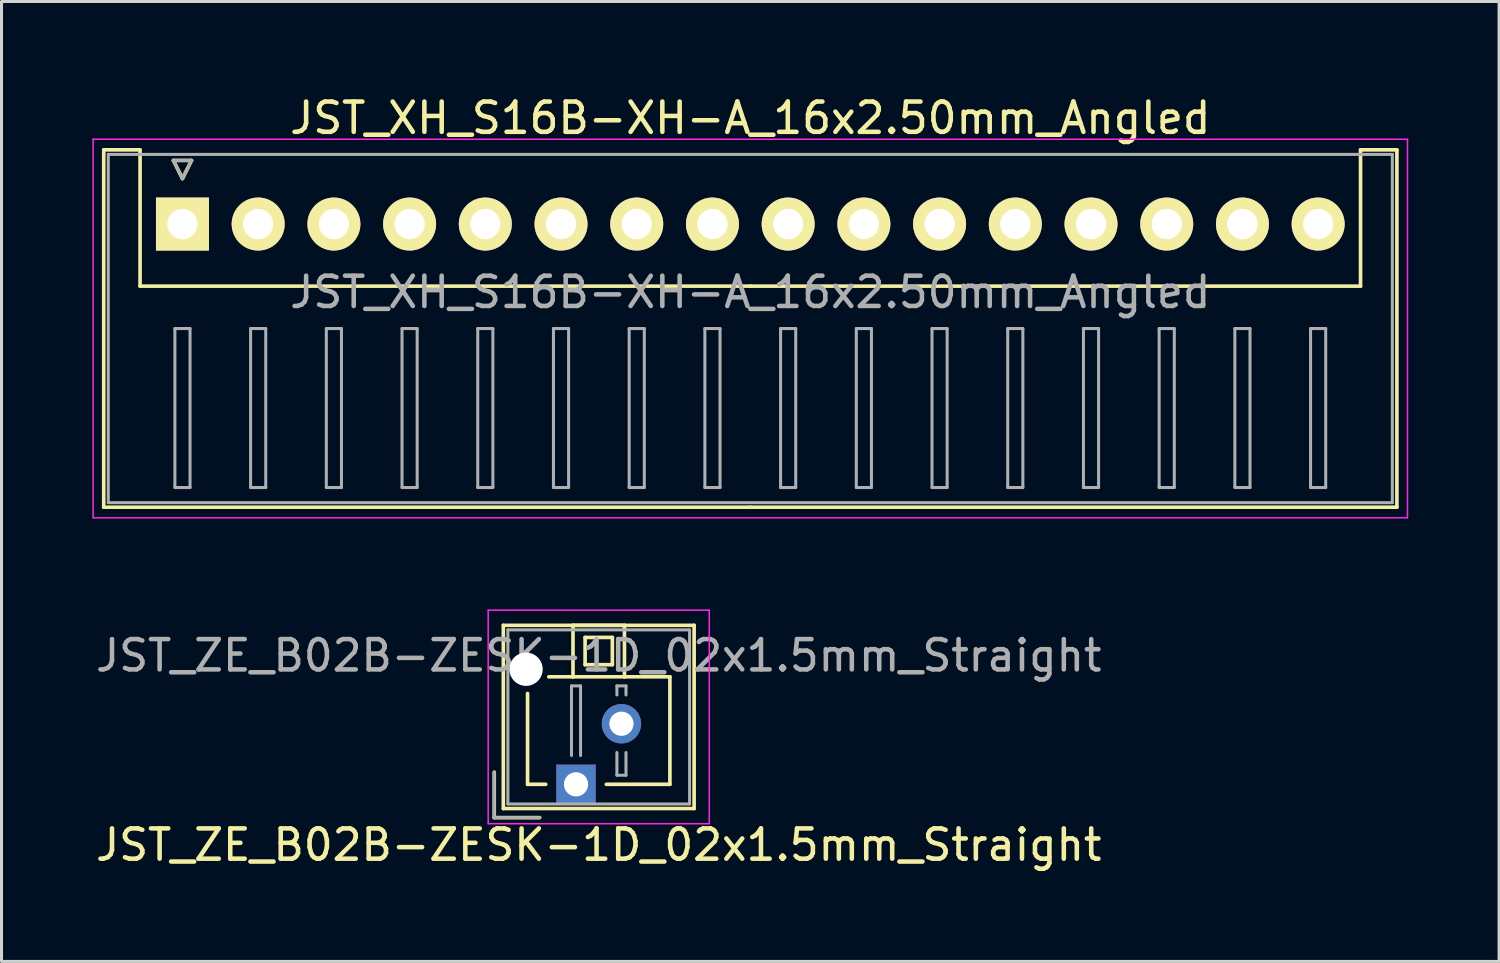
<source format=kicad_pcb>
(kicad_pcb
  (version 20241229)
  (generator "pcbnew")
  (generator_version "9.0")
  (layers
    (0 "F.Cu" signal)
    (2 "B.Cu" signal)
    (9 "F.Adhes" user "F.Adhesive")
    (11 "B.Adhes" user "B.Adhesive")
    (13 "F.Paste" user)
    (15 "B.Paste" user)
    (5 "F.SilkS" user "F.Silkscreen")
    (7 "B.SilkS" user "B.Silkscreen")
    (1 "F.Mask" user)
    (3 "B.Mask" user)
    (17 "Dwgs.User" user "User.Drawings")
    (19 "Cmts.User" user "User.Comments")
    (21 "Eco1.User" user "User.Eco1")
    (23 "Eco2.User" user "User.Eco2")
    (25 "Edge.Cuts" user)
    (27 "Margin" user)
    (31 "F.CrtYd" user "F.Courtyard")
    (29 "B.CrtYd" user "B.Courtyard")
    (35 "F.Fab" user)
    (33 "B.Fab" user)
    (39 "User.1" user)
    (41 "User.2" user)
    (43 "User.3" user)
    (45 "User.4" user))
  (footprint "JST_XH_S16B-XH-A_16x2.50mm_Angled"
    (layer "F.Cu")
    (at 2.975 4.348)
    (property "Reference" "JST_XH_S16B-XH-A_16x2.50mm_Angled" (at 18.75 -3.5 0) (layer "F.SilkS") (effects (font (size 1 1) (thickness 0.15))))
    (attr through_hole)
    (fp_line (start -2.6 -2.45) (end -1.4 -2.45) (stroke (width 0.12) (type solid)) (layer "F.SilkS"))
    (fp_line (start -2.6 9.35) (end -2.6 -2.45) (stroke (width 0.12) (type solid)) (layer "F.SilkS"))
    (fp_line (start -1.4 -2.45) (end -1.4 2.05) (stroke (width 0.12) (type solid)) (layer "F.SilkS"))
    (fp_line (start -1.4 2.05) (end 18.75 2.05) (stroke (width 0.12) (type solid)) (layer "F.SilkS"))
    (fp_line (start -0.3 -2.1) (end 0.3 -2.1) (stroke (width 0.12) (type solid)) (layer "F.SilkS"))
    (fp_line (start 0 -1.5) (end -0.3 -2.1) (stroke (width 0.12) (type solid)) (layer "F.SilkS"))
    (fp_line (start 0.3 -2.1) (end 0 -1.5) (stroke (width 0.12) (type solid)) (layer "F.SilkS"))
    (fp_line (start 18.75 9.35) (end -2.6 9.35) (stroke (width 0.12) (type solid)) (layer "F.SilkS"))
    (fp_line (start 18.75 9.35) (end 40.1 9.35) (stroke (width 0.12) (type solid)) (layer "F.SilkS"))
    (fp_line (start 38.9 -2.45) (end 38.9 2.05) (stroke (width 0.12) (type solid)) (layer "F.SilkS"))
    (fp_line (start 38.9 2.05) (end 18.75 2.05) (stroke (width 0.12) (type solid)) (layer "F.SilkS"))
    (fp_line (start 40.1 -2.45) (end 38.9 -2.45) (stroke (width 0.12) (type solid)) (layer "F.SilkS"))
    (fp_line (start 40.1 9.35) (end 40.1 -2.45) (stroke (width 0.12) (type solid)) (layer "F.SilkS"))
    (fp_line (start -2.95 -2.8) (end -2.95 9.7) (stroke (width 0.05) (type solid)) (layer "F.CrtYd"))
    (fp_line (start -2.95 9.7) (end 40.45 9.7) (stroke (width 0.05) (type solid)) (layer "F.CrtYd"))
    (fp_line (start 40.45 -2.8) (end -2.95 -2.8) (stroke (width 0.05) (type solid)) (layer "F.CrtYd"))
    (fp_line (start 40.45 9.7) (end 40.45 -2.8) (stroke (width 0.05) (type solid)) (layer "F.CrtYd"))
    (fp_line (start -2.45 -2.3) (end -2.45 9.2) (stroke (width 0.1) (type solid)) (layer "F.Fab"))
    (fp_line (start -2.45 9.2) (end 39.95 9.2) (stroke (width 0.1) (type solid)) (layer "F.Fab"))
    (fp_line (start -0.3 -2.1) (end 0.3 -2.1) (stroke (width 0.1) (type solid)) (layer "F.Fab"))
    (fp_line (start -0.25 3.45) (end -0.25 8.7) (stroke (width 0.1) (type solid)) (layer "F.Fab"))
    (fp_line (start -0.25 8.7) (end 0.25 8.7) (stroke (width 0.1) (type solid)) (layer "F.Fab"))
    (fp_line (start 0 -1.5) (end -0.3 -2.1) (stroke (width 0.1) (type solid)) (layer "F.Fab"))
    (fp_line (start 0.25 3.45) (end -0.25 3.45) (stroke (width 0.1) (type solid)) (layer "F.Fab"))
    (fp_line (start 0.25 8.7) (end 0.25 3.45) (stroke (width 0.1) (type solid)) (layer "F.Fab"))
    (fp_line (start 0.3 -2.1) (end 0 -1.5) (stroke (width 0.1) (type solid)) (layer "F.Fab"))
    (fp_line (start 2.25 3.45) (end 2.25 8.7) (stroke (width 0.1) (type solid)) (layer "F.Fab"))
    (fp_line (start 2.25 8.7) (end 2.75 8.7) (stroke (width 0.1) (type solid)) (layer "F.Fab"))
    (fp_line (start 2.75 3.45) (end 2.25 3.45) (stroke (width 0.1) (type solid)) (layer "F.Fab"))
    (fp_line (start 2.75 8.7) (end 2.75 3.45) (stroke (width 0.1) (type solid)) (layer "F.Fab"))
    (fp_line (start 4.75 3.45) (end 4.75 8.7) (stroke (width 0.1) (type solid)) (layer "F.Fab"))
    (fp_line (start 4.75 8.7) (end 5.25 8.7) (stroke (width 0.1) (type solid)) (layer "F.Fab"))
    (fp_line (start 5.25 3.45) (end 4.75 3.45) (stroke (width 0.1) (type solid)) (layer "F.Fab"))
    (fp_line (start 5.25 8.7) (end 5.25 3.45) (stroke (width 0.1) (type solid)) (layer "F.Fab"))
    (fp_line (start 7.25 3.45) (end 7.25 8.7) (stroke (width 0.1) (type solid)) (layer "F.Fab"))
    (fp_line (start 7.25 8.7) (end 7.75 8.7) (stroke (width 0.1) (type solid)) (layer "F.Fab"))
    (fp_line (start 7.75 3.45) (end 7.25 3.45) (stroke (width 0.1) (type solid)) (layer "F.Fab"))
    (fp_line (start 7.75 8.7) (end 7.75 3.45) (stroke (width 0.1) (type solid)) (layer "F.Fab"))
    (fp_line (start 9.75 3.45) (end 9.75 8.7) (stroke (width 0.1) (type solid)) (layer "F.Fab"))
    (fp_line (start 9.75 8.7) (end 10.25 8.7) (stroke (width 0.1) (type solid)) (layer "F.Fab"))
    (fp_line (start 10.25 3.45) (end 9.75 3.45) (stroke (width 0.1) (type solid)) (layer "F.Fab"))
    (fp_line (start 10.25 8.7) (end 10.25 3.45) (stroke (width 0.1) (type solid)) (layer "F.Fab"))
    (fp_line (start 12.25 3.45) (end 12.25 8.7) (stroke (width 0.1) (type solid)) (layer "F.Fab"))
    (fp_line (start 12.25 8.7) (end 12.75 8.7) (stroke (width 0.1) (type solid)) (layer "F.Fab"))
    (fp_line (start 12.75 3.45) (end 12.25 3.45) (stroke (width 0.1) (type solid)) (layer "F.Fab"))
    (fp_line (start 12.75 8.7) (end 12.75 3.45) (stroke (width 0.1) (type solid)) (layer "F.Fab"))
    (fp_line (start 14.75 3.45) (end 14.75 8.7) (stroke (width 0.1) (type solid)) (layer "F.Fab"))
    (fp_line (start 14.75 8.7) (end 15.25 8.7) (stroke (width 0.1) (type solid)) (layer "F.Fab"))
    (fp_line (start 15.25 3.45) (end 14.75 3.45) (stroke (width 0.1) (type solid)) (layer "F.Fab"))
    (fp_line (start 15.25 8.7) (end 15.25 3.45) (stroke (width 0.1) (type solid)) (layer "F.Fab"))
    (fp_line (start 17.25 3.45) (end 17.25 8.7) (stroke (width 0.1) (type solid)) (layer "F.Fab"))
    (fp_line (start 17.25 8.7) (end 17.75 8.7) (stroke (width 0.1) (type solid)) (layer "F.Fab"))
    (fp_line (start 17.75 3.45) (end 17.25 3.45) (stroke (width 0.1) (type solid)) (layer "F.Fab"))
    (fp_line (start 17.75 8.7) (end 17.75 3.45) (stroke (width 0.1) (type solid)) (layer "F.Fab"))
    (fp_line (start 19.75 3.45) (end 19.75 8.7) (stroke (width 0.1) (type solid)) (layer "F.Fab"))
    (fp_line (start 19.75 8.7) (end 20.25 8.7) (stroke (width 0.1) (type solid)) (layer "F.Fab"))
    (fp_line (start 20.25 3.45) (end 19.75 3.45) (stroke (width 0.1) (type solid)) (layer "F.Fab"))
    (fp_line (start 20.25 8.7) (end 20.25 3.45) (stroke (width 0.1) (type solid)) (layer "F.Fab"))
    (fp_line (start 22.25 3.45) (end 22.25 8.7) (stroke (width 0.1) (type solid)) (layer "F.Fab"))
    (fp_line (start 22.25 8.7) (end 22.75 8.7) (stroke (width 0.1) (type solid)) (layer "F.Fab"))
    (fp_line (start 22.75 3.45) (end 22.25 3.45) (stroke (width 0.1) (type solid)) (layer "F.Fab"))
    (fp_line (start 22.75 8.7) (end 22.75 3.45) (stroke (width 0.1) (type solid)) (layer "F.Fab"))
    (fp_line (start 24.75 3.45) (end 24.75 8.7) (stroke (width 0.1) (type solid)) (layer "F.Fab"))
    (fp_line (start 24.75 8.7) (end 25.25 8.7) (stroke (width 0.1) (type solid)) (layer "F.Fab"))
    (fp_line (start 25.25 3.45) (end 24.75 3.45) (stroke (width 0.1) (type solid)) (layer "F.Fab"))
    (fp_line (start 25.25 8.7) (end 25.25 3.45) (stroke (width 0.1) (type solid)) (layer "F.Fab"))
    (fp_line (start 27.25 3.45) (end 27.25 8.7) (stroke (width 0.1) (type solid)) (layer "F.Fab"))
    (fp_line (start 27.25 8.7) (end 27.75 8.7) (stroke (width 0.1) (type solid)) (layer "F.Fab"))
    (fp_line (start 27.75 3.45) (end 27.25 3.45) (stroke (width 0.1) (type solid)) (layer "F.Fab"))
    (fp_line (start 27.75 8.7) (end 27.75 3.45) (stroke (width 0.1) (type solid)) (layer "F.Fab"))
    (fp_line (start 29.75 3.45) (end 29.75 8.7) (stroke (width 0.1) (type solid)) (layer "F.Fab"))
    (fp_line (start 29.75 8.7) (end 30.25 8.7) (stroke (width 0.1) (type solid)) (layer "F.Fab"))
    (fp_line (start 30.25 3.45) (end 29.75 3.45) (stroke (width 0.1) (type solid)) (layer "F.Fab"))
    (fp_line (start 30.25 8.7) (end 30.25 3.45) (stroke (width 0.1) (type solid)) (layer "F.Fab"))
    (fp_line (start 32.25 3.45) (end 32.25 8.7) (stroke (width 0.1) (type solid)) (layer "F.Fab"))
    (fp_line (start 32.25 8.7) (end 32.75 8.7) (stroke (width 0.1) (type solid)) (layer "F.Fab"))
    (fp_line (start 32.75 3.45) (end 32.25 3.45) (stroke (width 0.1) (type solid)) (layer "F.Fab"))
    (fp_line (start 32.75 8.7) (end 32.75 3.45) (stroke (width 0.1) (type solid)) (layer "F.Fab"))
    (fp_line (start 34.75 3.45) (end 34.75 8.7) (stroke (width 0.1) (type solid)) (layer "F.Fab"))
    (fp_line (start 34.75 8.7) (end 35.25 8.7) (stroke (width 0.1) (type solid)) (layer "F.Fab"))
    (fp_line (start 35.25 3.45) (end 34.75 3.45) (stroke (width 0.1) (type solid)) (layer "F.Fab"))
    (fp_line (start 35.25 8.7) (end 35.25 3.45) (stroke (width 0.1) (type solid)) (layer "F.Fab"))
    (fp_line (start 37.25 3.45) (end 37.25 8.7) (stroke (width 0.1) (type solid)) (layer "F.Fab"))
    (fp_line (start 37.25 8.7) (end 37.75 8.7) (stroke (width 0.1) (type solid)) (layer "F.Fab"))
    (fp_line (start 37.75 3.45) (end 37.25 3.45) (stroke (width 0.1) (type solid)) (layer "F.Fab"))
    (fp_line (start 37.75 8.7) (end 37.75 3.45) (stroke (width 0.1) (type solid)) (layer "F.Fab"))
    (fp_line (start 39.95 -2.3) (end -2.45 -2.3) (stroke (width 0.1) (type solid)) (layer "F.Fab"))
    (fp_line (start 39.95 9.2) (end 39.95 -2.3) (stroke (width 0.1) (type solid)) (layer "F.Fab"))
    (fp_text user "${REFERENCE}" (at 18.75 2.25 0) (layer "F.Fab") (effects (font (size 1 1) (thickness 0.15))))
    (pad "1" thru_hole rect (at 0 0) (size 1.75 1.75) (drill 1) (layers "*.Cu" "*.Mask" "F.SilkS"))
    (pad "2" thru_hole circle (at 2.5 0) (size 1.75 1.75) (drill 1) (layers "*.Cu" "*.Mask" "F.SilkS"))
    (pad "3" thru_hole circle (at 5 0) (size 1.75 1.75) (drill 1) (layers "*.Cu" "*.Mask" "F.SilkS"))
    (pad "4" thru_hole circle (at 7.5 0) (size 1.75 1.75) (drill 1) (layers "*.Cu" "*.Mask" "F.SilkS"))
    (pad "5" thru_hole circle (at 10 0) (size 1.75 1.75) (drill 1) (layers "*.Cu" "*.Mask" "F.SilkS"))
    (pad "6" thru_hole circle (at 12.5 0) (size 1.75 1.75) (drill 1) (layers "*.Cu" "*.Mask" "F.SilkS"))
    (pad "7" thru_hole circle (at 15 0) (size 1.75 1.75) (drill 1) (layers "*.Cu" "*.Mask" "F.SilkS"))
    (pad "8" thru_hole circle (at 17.5 0) (size 1.75 1.75) (drill 1) (layers "*.Cu" "*.Mask" "F.SilkS"))
    (pad "9" thru_hole circle (at 20 0) (size 1.75 1.75) (drill 1) (layers "*.Cu" "*.Mask" "F.SilkS"))
    (pad "10" thru_hole circle (at 22.5 0) (size 1.75 1.75) (drill 1) (layers "*.Cu" "*.Mask" "F.SilkS"))
    (pad "11" thru_hole circle (at 25 0) (size 1.75 1.75) (drill 1) (layers "*.Cu" "*.Mask" "F.SilkS"))
    (pad "12" thru_hole circle (at 27.5 0) (size 1.75 1.75) (drill 1) (layers "*.Cu" "*.Mask" "F.SilkS"))
    (pad "13" thru_hole circle (at 30 0) (size 1.75 1.75) (drill 1) (layers "*.Cu" "*.Mask" "F.SilkS"))
    (pad "14" thru_hole circle (at 32.5 0) (size 1.75 1.75) (drill 1) (layers "*.Cu" "*.Mask" "F.SilkS"))
    (pad "15" thru_hole circle (at 35 0) (size 1.75 1.75) (drill 1) (layers "*.Cu" "*.Mask" "F.SilkS"))
    (pad "16" thru_hole circle (at 37.5 0) (size 1.75 1.75) (drill 1) (layers "*.Cu" "*.Mask" "F.SilkS")))
  (footprint "JST_ZE_B02B-ZESK-1D_02x1.5mm_Straight"
    (layer "F.Cu")
    (at 15.97 22.848)
    (property "Reference" "JST_ZE_B02B-ZESK-1D_02x1.5mm_Straight" (at 0.75 2 0) (layer "F.SilkS") (effects (font (size 1 1) (thickness 0.15))))
    (attr through_hole)
    (fp_line (start -2.7 -0.4) (end -2.7 1.1) (stroke (width 0.12) (type solid)) (layer "F.SilkS"))
    (fp_line (start -2.7 1.1) (end -1.2 1.1) (stroke (width 0.12) (type solid)) (layer "F.SilkS"))
    (fp_line (start -2.4 -5.25) (end -2.4 0.8) (stroke (width 0.12) (type solid)) (layer "F.SilkS"))
    (fp_line (start -2.4 0.8) (end 3.9 0.8) (stroke (width 0.12) (type solid)) (layer "F.SilkS"))
    (fp_line (start -1.6 -3) (end -1.6 0) (stroke (width 0.12) (type solid)) (layer "F.SilkS"))
    (fp_line (start -1.6 0) (end -1 0) (stroke (width 0.12) (type solid)) (layer "F.SilkS"))
    (fp_line (start -0.1 -5.25) (end -0.1 -3.55) (stroke (width 0.12) (type solid)) (layer "F.SilkS"))
    (fp_line (start -0.1 -3.55) (end -0.9 -3.55) (stroke (width 0.12) (type solid)) (layer "F.SilkS"))
    (fp_line (start -0.1 -3.55) (end 1.6 -3.55) (stroke (width 0.12) (type solid)) (layer "F.SilkS"))
    (fp_line (start 0.3 -4.85) (end 0.3 -3.95) (stroke (width 0.12) (type solid)) (layer "F.SilkS"))
    (fp_line (start 0.3 -3.95) (end 1.2 -3.95) (stroke (width 0.12) (type solid)) (layer "F.SilkS"))
    (fp_line (start 1.2 -4.85) (end 0.3 -4.85) (stroke (width 0.12) (type solid)) (layer "F.SilkS"))
    (fp_line (start 1.2 -3.95) (end 1.2 -4.85) (stroke (width 0.12) (type solid)) (layer "F.SilkS"))
    (fp_line (start 1.6 -5.25) (end -0.1 -5.25) (stroke (width 0.12) (type solid)) (layer "F.SilkS"))
    (fp_line (start 1.6 -3.55) (end 1.6 -5.25) (stroke (width 0.12) (type solid)) (layer "F.SilkS"))
    (fp_line (start 1.6 -3.55) (end 3.1 -3.55) (stroke (width 0.12) (type solid)) (layer "F.SilkS"))
    (fp_line (start 3.1 -3.55) (end 3.1 0) (stroke (width 0.12) (type solid)) (layer "F.SilkS"))
    (fp_line (start 3.1 0) (end 1 0) (stroke (width 0.12) (type solid)) (layer "F.SilkS"))
    (fp_line (start 3.9 -5.25) (end -2.4 -5.25) (stroke (width 0.12) (type solid)) (layer "F.SilkS"))
    (fp_line (start 3.9 0.8) (end 3.9 -5.25) (stroke (width 0.12) (type solid)) (layer "F.SilkS"))
    (fp_line (start -2.9 -5.75) (end -2.9 1.3) (stroke (width 0.05) (type solid)) (layer "F.CrtYd"))
    (fp_line (start -2.9 1.3) (end 4.4 1.3) (stroke (width 0.05) (type solid)) (layer "F.CrtYd"))
    (fp_line (start 4.4 -5.75) (end -2.9 -5.75) (stroke (width 0.05) (type solid)) (layer "F.CrtYd"))
    (fp_line (start 4.4 1.3) (end 4.4 -5.75) (stroke (width 0.05) (type solid)) (layer "F.CrtYd"))
    (fp_line (start -2.7 -0.4) (end -2.7 1.1) (stroke (width 0.1) (type solid)) (layer "F.Fab"))
    (fp_line (start -2.7 1.1) (end -1.2 1.1) (stroke (width 0.1) (type solid)) (layer "F.Fab"))
    (fp_line (start -2.25 -5.1) (end -2.25 0.65) (stroke (width 0.1) (type solid)) (layer "F.Fab"))
    (fp_line (start -2.25 0.65) (end 3.75 0.65) (stroke (width 0.1) (type solid)) (layer "F.Fab"))
    (fp_line (start -0.15 -3.25) (end 0.15 -3.25) (stroke (width 0.1) (type solid)) (layer "F.Fab"))
    (fp_line (start -0.15 -0.95) (end -0.15 -3.25) (stroke (width 0.1) (type solid)) (layer "F.Fab"))
    (fp_line (start 0.15 -3.25) (end 0.15 -0.95) (stroke (width 0.1) (type solid)) (layer "F.Fab"))
    (fp_line (start 1.35 -3.25) (end 1.65 -3.25) (stroke (width 0.1) (type solid)) (layer "F.Fab"))
    (fp_line (start 1.35 -2.95) (end 1.35 -3.25) (stroke (width 0.1) (type solid)) (layer "F.Fab"))
    (fp_line (start 1.35 -1.05) (end 1.35 -0.3) (stroke (width 0.1) (type solid)) (layer "F.Fab"))
    (fp_line (start 1.35 -0.3) (end 1.65 -0.3) (stroke (width 0.1) (type solid)) (layer "F.Fab"))
    (fp_line (start 1.65 -3.25) (end 1.65 -2.95) (stroke (width 0.1) (type solid)) (layer "F.Fab"))
    (fp_line (start 1.65 -0.3) (end 1.65 -1.05) (stroke (width 0.1) (type solid)) (layer "F.Fab"))
    (fp_line (start 3.75 -5.1) (end -2.25 -5.1) (stroke (width 0.1) (type solid)) (layer "F.Fab"))
    (fp_line (start 3.75 0.65) (end 3.75 -5.1) (stroke (width 0.1) (type solid)) (layer "F.Fab"))
    (fp_text user "${REFERENCE}" (at 0.75 -4.25 0) (layer "F.Fab") (effects (font (size 1 1) (thickness 0.15))))
    (pad "" np_thru_hole circle (at -1.65 -3.8) (size 1.1 1.1) (drill 1.1) (layers "*.Cu"))
    (pad "1" thru_hole rect (at 0 0) (size 1.3 1.3) (drill 0.8) (layers "*.Cu" "*.Mask"))
    (pad "2" thru_hole circle (at 1.5 -2) (size 1.3 1.3) (drill 0.8) (layers "*.Cu" "*.Mask")))
  (gr_rect
    (start -3 -3)
    (end 46.45 28.697)
    (stroke (width 0.1) (type default))
    (fill no)
    (layer "Edge.Cuts")))
</source>
